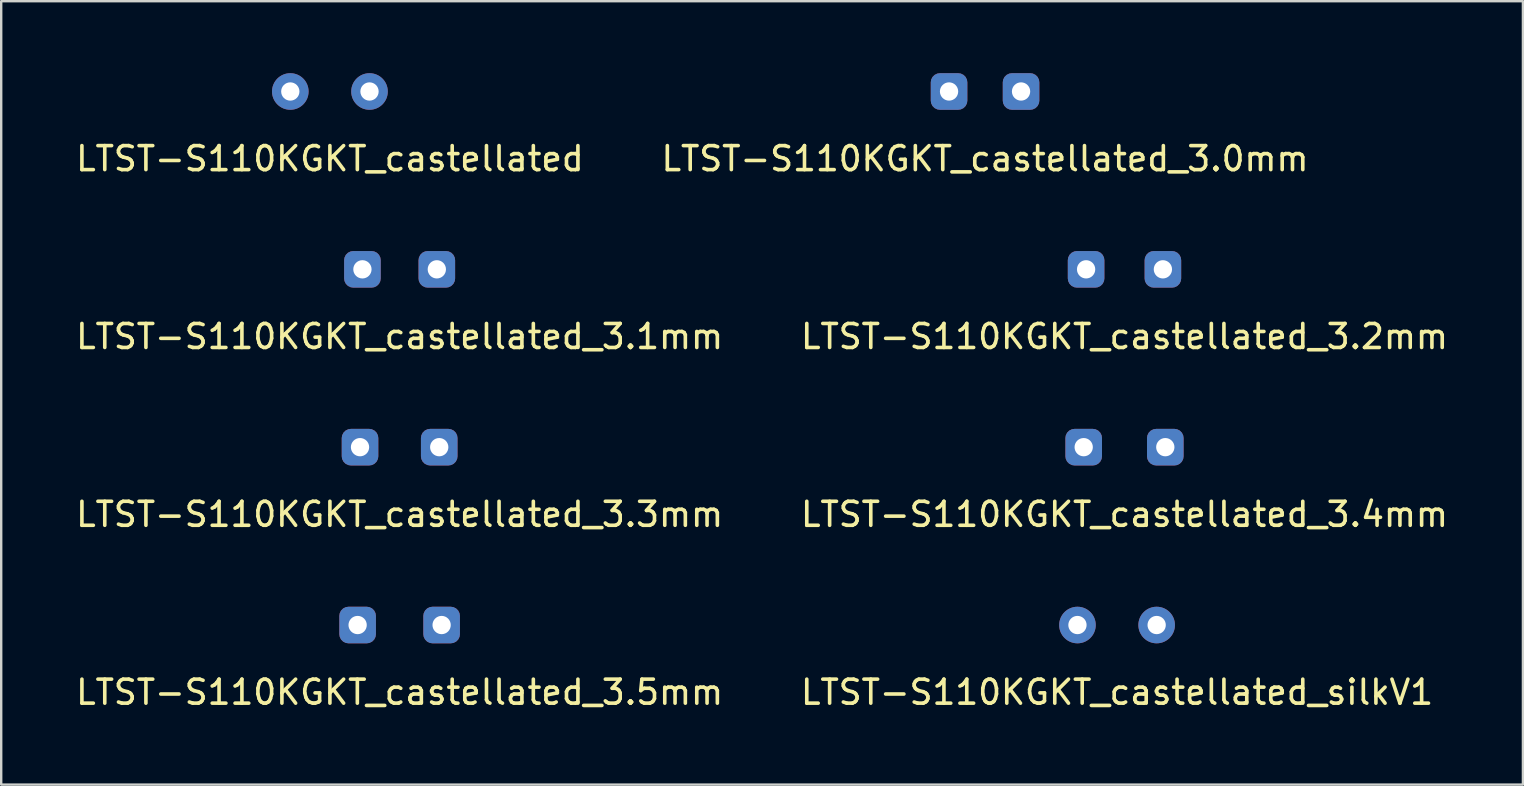
<source format=kicad_pcb>
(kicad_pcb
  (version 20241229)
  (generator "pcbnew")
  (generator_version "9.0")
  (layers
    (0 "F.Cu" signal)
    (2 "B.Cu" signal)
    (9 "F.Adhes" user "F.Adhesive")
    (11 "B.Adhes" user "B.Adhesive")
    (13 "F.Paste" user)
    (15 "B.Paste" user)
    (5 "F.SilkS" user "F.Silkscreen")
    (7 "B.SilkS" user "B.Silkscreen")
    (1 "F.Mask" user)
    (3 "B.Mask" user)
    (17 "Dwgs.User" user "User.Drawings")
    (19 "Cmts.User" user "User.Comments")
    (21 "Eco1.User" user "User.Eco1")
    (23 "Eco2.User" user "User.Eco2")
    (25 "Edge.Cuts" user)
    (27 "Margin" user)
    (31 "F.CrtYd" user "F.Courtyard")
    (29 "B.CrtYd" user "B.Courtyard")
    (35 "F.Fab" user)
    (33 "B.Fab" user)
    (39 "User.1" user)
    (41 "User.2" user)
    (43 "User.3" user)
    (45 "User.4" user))
  (footprint "LTST-S110KGKT_castellated_3.0mm"
    (layer "F.Cu")
    (at 37.994 0.762)
    (property "Reference" "LTST-S110KGKT_castellated_3.0mm" (at 0 2.8 0) (layer "F.SilkS") (effects (font (size 1 1) (thickness 0.15))))
    (attr through_hole)
    (pad "1" thru_hole roundrect (at -1.5 0 90) (size 1.524 1.524) (drill 0.762) (layers "*.Cu" "*.Mask") (roundrect_rratio 0.25))
    (pad "2" thru_hole roundrect (at 1.5 0) (size 1.524 1.524) (drill 0.762) (layers "*.Cu" "*.Mask") (roundrect_rratio 0.25)))
  (footprint "LTST-S110KGKT_castellated_3.5mm"
    (layer "F.Cu")
    (at 13.601 22.993)
    (property "Reference" "LTST-S110KGKT_castellated_3.5mm" (at 0 2.8 0) (layer "F.SilkS") (effects (font (size 1 1) (thickness 0.15))))
    (attr through_hole)
    (pad "1" thru_hole roundrect (at -1.75 0 90) (size 1.524 1.524) (drill 0.762) (layers "*.Cu" "*.Mask") (roundrect_rratio 0.25))
    (pad "2" thru_hole roundrect (at 1.75 0) (size 1.524 1.524) (drill 0.762) (layers "*.Cu" "*.Mask") (roundrect_rratio 0.25)))
  (footprint "LTST-S110KGKT_castellated_3.4mm"
    (layer "F.Cu")
    (at 43.804 15.582)
    (property "Reference" "LTST-S110KGKT_castellated_3.4mm" (at 0 2.8 0) (layer "F.SilkS") (effects (font (size 1 1) (thickness 0.15))))
    (attr through_hole)
    (pad "1" thru_hole roundrect (at -1.7 0 90) (size 1.524 1.524) (drill 0.762) (layers "*.Cu" "*.Mask") (roundrect_rratio 0.25))
    (pad "2" thru_hole roundrect (at 1.7 0) (size 1.524 1.524) (drill 0.762) (layers "*.Cu" "*.Mask") (roundrect_rratio 0.25)))
  (footprint "LTST-S110KGKT_castellated_3.1mm"
    (layer "F.Cu")
    (at 13.601 8.172)
    (property "Reference" "LTST-S110KGKT_castellated_3.1mm" (at 0 2.8 0) (layer "F.SilkS") (effects (font (size 1 1) (thickness 0.15))))
    (attr through_hole)
    (pad "1" thru_hole roundrect (at -1.55 0 90) (size 1.524 1.524) (drill 0.762) (layers "*.Cu" "*.Mask") (roundrect_rratio 0.25))
    (pad "2" thru_hole roundrect (at 1.55 0) (size 1.524 1.524) (drill 0.762) (layers "*.Cu" "*.Mask") (roundrect_rratio 0.25)))
  (footprint "LTST-S110KGKT_castellated_3.2mm"
    (layer "F.Cu")
    (at 43.804 8.172)
    (property "Reference" "LTST-S110KGKT_castellated_3.2mm" (at 0 2.8 0) (layer "F.SilkS") (effects (font (size 1 1) (thickness 0.15))))
    (attr through_hole)
    (pad "1" thru_hole roundrect (at -1.6 0 90) (size 1.524 1.524) (drill 0.762) (layers "*.Cu" "*.Mask") (roundrect_rratio 0.25))
    (pad "2" thru_hole roundrect (at 1.6 0) (size 1.524 1.524) (drill 0.762) (layers "*.Cu" "*.Mask") (roundrect_rratio 0.25)))
  (footprint "LTST-S110KGKT_castellated"
    (layer "F.Cu")
    (at 10.696 0.762)
    (property "Reference" "LTST-S110KGKT_castellated" (at 0 2.8 0) (layer "F.SilkS") (effects (font (size 1 1) (thickness 0.15))))
    (attr through_hole)
    (pad "1" thru_hole circle (at -1.65 0 90) (size 1.524 1.524) (drill 0.762) (layers "*.Cu" "*.Mask"))
    (pad "2" thru_hole circle (at 1.65 0) (size 1.524 1.524) (drill 0.762) (layers "*.Cu" "*.Mask")))
  (footprint "LTST-S110KGKT_castellated_silkV1"
    (layer "F.Cu")
    (at 43.494 22.993)
    (property "Reference" "LTST-S110KGKT_castellated_silkV1" (at 0 2.8 0) (layer "F.SilkS") (effects (font (size 1 1) (thickness 0.15))))
    (attr through_hole)
    (pad "1" thru_hole circle (at -1.65 0 90) (size 1.524 1.524) (drill 0.762) (layers "*.Cu" "*.Mask"))
    (pad "2" thru_hole circle (at 1.65 0) (size 1.524 1.524) (drill 0.762) (layers "*.Cu" "*.Mask")))
  (footprint "LTST-S110KGKT_castellated_3.3mm"
    (layer "F.Cu")
    (at 13.601 15.582)
    (property "Reference" "LTST-S110KGKT_castellated_3.3mm" (at 0 2.8 0) (layer "F.SilkS") (effects (font (size 1 1) (thickness 0.15))))
    (attr through_hole)
    (pad "1" thru_hole roundrect (at -1.65 0 90) (size 1.524 1.524) (drill 0.762) (layers "*.Cu" "*.Mask") (roundrect_rratio 0.25))
    (pad "2" thru_hole roundrect (at 1.65 0) (size 1.524 1.524) (drill 0.762) (layers "*.Cu" "*.Mask") (roundrect_rratio 0.25)))
  (gr_rect
    (start -3 -3)
    (end 60.405 29.641)
    (stroke (width 0.1) (type default))
    (fill no)
    (layer "Edge.Cuts")))
</source>
